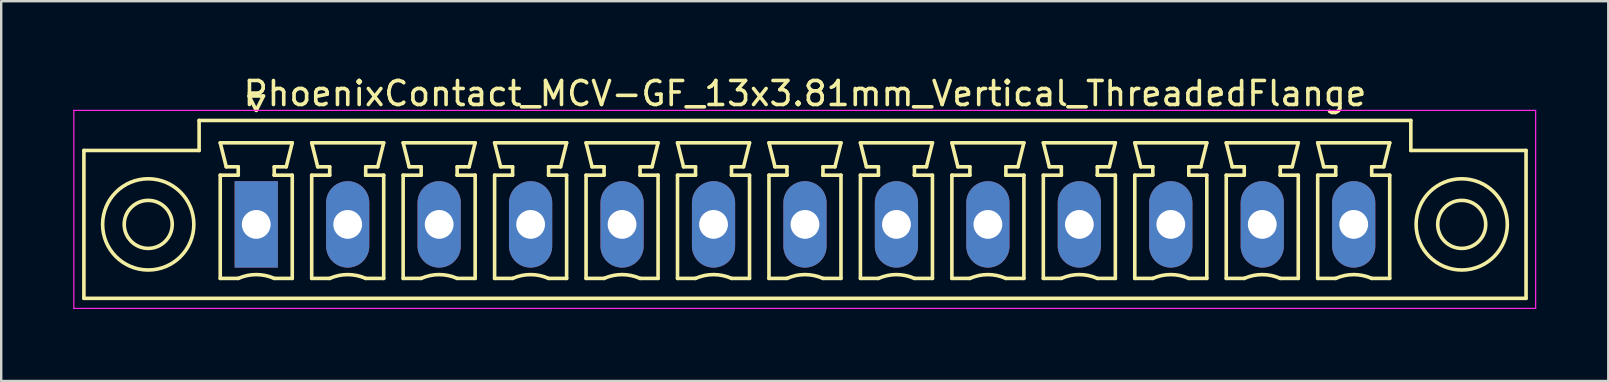
<source format=kicad_pcb>
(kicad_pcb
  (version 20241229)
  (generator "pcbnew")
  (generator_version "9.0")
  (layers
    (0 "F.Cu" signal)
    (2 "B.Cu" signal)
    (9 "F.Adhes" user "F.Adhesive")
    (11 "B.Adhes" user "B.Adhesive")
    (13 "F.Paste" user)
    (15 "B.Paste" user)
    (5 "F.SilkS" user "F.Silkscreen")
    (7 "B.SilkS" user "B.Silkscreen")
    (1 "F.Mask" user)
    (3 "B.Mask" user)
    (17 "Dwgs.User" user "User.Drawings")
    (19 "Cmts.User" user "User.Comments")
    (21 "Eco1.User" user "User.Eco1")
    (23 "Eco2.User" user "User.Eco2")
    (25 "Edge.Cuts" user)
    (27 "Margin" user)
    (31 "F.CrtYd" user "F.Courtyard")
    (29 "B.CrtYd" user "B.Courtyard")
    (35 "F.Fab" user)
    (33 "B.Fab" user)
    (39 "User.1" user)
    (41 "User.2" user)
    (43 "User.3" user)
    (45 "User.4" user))
  (footprint "PhoenixContact_MCV-GF_13x3.81mm_Vertical_ThreadedFlange"
    (layer "F.Cu")
    (at 7.625 6.298)
    (property "Reference" "PhoenixContact_MCV-GF_13x3.81mm_Vertical_ThreadedFlange" (at 22.86 -5.45 0) (layer "F.SilkS") (effects (font (size 1 1) (thickness 0.15))))
    (attr through_hole)
    (fp_line (start -7.18 -3.08) (end -7.18 3.08) (stroke (width 0.15) (type solid)) (layer "F.SilkS"))
    (fp_line (start -7.18 3.08) (end 52.9 3.08) (stroke (width 0.15) (type solid)) (layer "F.SilkS"))
    (fp_line (start -2.38 -4.33) (end -2.38 -3.08) (stroke (width 0.15) (type solid)) (layer "F.SilkS"))
    (fp_line (start -2.38 -3.08) (end -7.18 -3.08) (stroke (width 0.15) (type solid)) (layer "F.SilkS"))
    (fp_line (start -1.5 -3.4) (end 1.5 -3.4) (stroke (width 0.15) (type solid)) (layer "F.SilkS"))
    (fp_line (start -1.5 -2.05) (end -0.75 -2.05) (stroke (width 0.15) (type solid)) (layer "F.SilkS"))
    (fp_line (start -1.5 2.25) (end -1.5 -2.05) (stroke (width 0.15) (type solid)) (layer "F.SilkS"))
    (fp_line (start -1.25 -2.4) (end -1.5 -3.4) (stroke (width 0.15) (type solid)) (layer "F.SilkS"))
    (fp_line (start -0.75 -2.4) (end -1.25 -2.4) (stroke (width 0.15) (type solid)) (layer "F.SilkS"))
    (fp_line (start -0.75 -2.05) (end -0.75 -2.4) (stroke (width 0.15) (type solid)) (layer "F.SilkS"))
    (fp_line (start -0.75 2.25) (end -1.5 2.25) (stroke (width 0.15) (type solid)) (layer "F.SilkS"))
    (fp_line (start -0.3 -5.35) (end 0 -4.75) (stroke (width 0.15) (type solid)) (layer "F.SilkS"))
    (fp_line (start 0 -4.75) (end 0.3 -5.35) (stroke (width 0.15) (type solid)) (layer "F.SilkS"))
    (fp_line (start 0.3 -5.35) (end -0.3 -5.35) (stroke (width 0.15) (type solid)) (layer "F.SilkS"))
    (fp_line (start 0.75 -2.4) (end 0.75 -2.05) (stroke (width 0.15) (type solid)) (layer "F.SilkS"))
    (fp_line (start 0.75 -2.05) (end 0.75 -2.05) (stroke (width 0.15) (type solid)) (layer "F.SilkS"))
    (fp_line (start 0.75 -2.05) (end 1.5 -2.05) (stroke (width 0.15) (type solid)) (layer "F.SilkS"))
    (fp_line (start 1.25 -2.4) (end 0.75 -2.4) (stroke (width 0.15) (type solid)) (layer "F.SilkS"))
    (fp_line (start 1.5 -3.4) (end 1.25 -2.4) (stroke (width 0.15) (type solid)) (layer "F.SilkS"))
    (fp_line (start 1.5 -2.05) (end 1.5 2.25) (stroke (width 0.15) (type solid)) (layer "F.SilkS"))
    (fp_line (start 1.5 2.25) (end 0.75 2.25) (stroke (width 0.15) (type solid)) (layer "F.SilkS"))
    (fp_line (start 2.31 -3.4) (end 5.31 -3.4) (stroke (width 0.15) (type solid)) (layer "F.SilkS"))
    (fp_line (start 2.31 -2.05) (end 3.06 -2.05) (stroke (width 0.15) (type solid)) (layer "F.SilkS"))
    (fp_line (start 2.31 2.25) (end 2.31 -2.05) (stroke (width 0.15) (type solid)) (layer "F.SilkS"))
    (fp_line (start 2.56 -2.4) (end 2.31 -3.4) (stroke (width 0.15) (type solid)) (layer "F.SilkS"))
    (fp_line (start 3.06 -2.4) (end 2.56 -2.4) (stroke (width 0.15) (type solid)) (layer "F.SilkS"))
    (fp_line (start 3.06 -2.05) (end 3.06 -2.4) (stroke (width 0.15) (type solid)) (layer "F.SilkS"))
    (fp_line (start 3.06 2.25) (end 2.31 2.25) (stroke (width 0.15) (type solid)) (layer "F.SilkS"))
    (fp_line (start 4.56 -2.4) (end 4.56 -2.05) (stroke (width 0.15) (type solid)) (layer "F.SilkS"))
    (fp_line (start 4.56 -2.05) (end 4.56 -2.05) (stroke (width 0.15) (type solid)) (layer "F.SilkS"))
    (fp_line (start 4.56 -2.05) (end 5.31 -2.05) (stroke (width 0.15) (type solid)) (layer "F.SilkS"))
    (fp_line (start 5.06 -2.4) (end 4.56 -2.4) (stroke (width 0.15) (type solid)) (layer "F.SilkS"))
    (fp_line (start 5.31 -3.4) (end 5.06 -2.4) (stroke (width 0.15) (type solid)) (layer "F.SilkS"))
    (fp_line (start 5.31 -2.05) (end 5.31 2.25) (stroke (width 0.15) (type solid)) (layer "F.SilkS"))
    (fp_line (start 5.31 2.25) (end 4.56 2.25) (stroke (width 0.15) (type solid)) (layer "F.SilkS"))
    (fp_line (start 6.12 -3.4) (end 9.12 -3.4) (stroke (width 0.15) (type solid)) (layer "F.SilkS"))
    (fp_line (start 6.12 -2.05) (end 6.87 -2.05) (stroke (width 0.15) (type solid)) (layer "F.SilkS"))
    (fp_line (start 6.12 2.25) (end 6.12 -2.05) (stroke (width 0.15) (type solid)) (layer "F.SilkS"))
    (fp_line (start 6.37 -2.4) (end 6.12 -3.4) (stroke (width 0.15) (type solid)) (layer "F.SilkS"))
    (fp_line (start 6.87 -2.4) (end 6.37 -2.4) (stroke (width 0.15) (type solid)) (layer "F.SilkS"))
    (fp_line (start 6.87 -2.05) (end 6.87 -2.4) (stroke (width 0.15) (type solid)) (layer "F.SilkS"))
    (fp_line (start 6.87 2.25) (end 6.12 2.25) (stroke (width 0.15) (type solid)) (layer "F.SilkS"))
    (fp_line (start 8.37 -2.4) (end 8.37 -2.05) (stroke (width 0.15) (type solid)) (layer "F.SilkS"))
    (fp_line (start 8.37 -2.05) (end 8.37 -2.05) (stroke (width 0.15) (type solid)) (layer "F.SilkS"))
    (fp_line (start 8.37 -2.05) (end 9.12 -2.05) (stroke (width 0.15) (type solid)) (layer "F.SilkS"))
    (fp_line (start 8.87 -2.4) (end 8.37 -2.4) (stroke (width 0.15) (type solid)) (layer "F.SilkS"))
    (fp_line (start 9.12 -3.4) (end 8.87 -2.4) (stroke (width 0.15) (type solid)) (layer "F.SilkS"))
    (fp_line (start 9.12 -2.05) (end 9.12 2.25) (stroke (width 0.15) (type solid)) (layer "F.SilkS"))
    (fp_line (start 9.12 2.25) (end 8.37 2.25) (stroke (width 0.15) (type solid)) (layer "F.SilkS"))
    (fp_line (start 9.93 -3.4) (end 12.93 -3.4) (stroke (width 0.15) (type solid)) (layer "F.SilkS"))
    (fp_line (start 9.93 -2.05) (end 10.68 -2.05) (stroke (width 0.15) (type solid)) (layer "F.SilkS"))
    (fp_line (start 9.93 2.25) (end 9.93 -2.05) (stroke (width 0.15) (type solid)) (layer "F.SilkS"))
    (fp_line (start 10.18 -2.4) (end 9.93 -3.4) (stroke (width 0.15) (type solid)) (layer "F.SilkS"))
    (fp_line (start 10.68 -2.4) (end 10.18 -2.4) (stroke (width 0.15) (type solid)) (layer "F.SilkS"))
    (fp_line (start 10.68 -2.05) (end 10.68 -2.4) (stroke (width 0.15) (type solid)) (layer "F.SilkS"))
    (fp_line (start 10.68 2.25) (end 9.93 2.25) (stroke (width 0.15) (type solid)) (layer "F.SilkS"))
    (fp_line (start 12.18 -2.4) (end 12.18 -2.05) (stroke (width 0.15) (type solid)) (layer "F.SilkS"))
    (fp_line (start 12.18 -2.05) (end 12.18 -2.05) (stroke (width 0.15) (type solid)) (layer "F.SilkS"))
    (fp_line (start 12.18 -2.05) (end 12.93 -2.05) (stroke (width 0.15) (type solid)) (layer "F.SilkS"))
    (fp_line (start 12.68 -2.4) (end 12.18 -2.4) (stroke (width 0.15) (type solid)) (layer "F.SilkS"))
    (fp_line (start 12.93 -3.4) (end 12.68 -2.4) (stroke (width 0.15) (type solid)) (layer "F.SilkS"))
    (fp_line (start 12.93 -2.05) (end 12.93 2.25) (stroke (width 0.15) (type solid)) (layer "F.SilkS"))
    (fp_line (start 12.93 2.25) (end 12.18 2.25) (stroke (width 0.15) (type solid)) (layer "F.SilkS"))
    (fp_line (start 13.74 -3.4) (end 16.74 -3.4) (stroke (width 0.15) (type solid)) (layer "F.SilkS"))
    (fp_line (start 13.74 -2.05) (end 14.49 -2.05) (stroke (width 0.15) (type solid)) (layer "F.SilkS"))
    (fp_line (start 13.74 2.25) (end 13.74 -2.05) (stroke (width 0.15) (type solid)) (layer "F.SilkS"))
    (fp_line (start 13.99 -2.4) (end 13.74 -3.4) (stroke (width 0.15) (type solid)) (layer "F.SilkS"))
    (fp_line (start 14.49 -2.4) (end 13.99 -2.4) (stroke (width 0.15) (type solid)) (layer "F.SilkS"))
    (fp_line (start 14.49 -2.05) (end 14.49 -2.4) (stroke (width 0.15) (type solid)) (layer "F.SilkS"))
    (fp_line (start 14.49 2.25) (end 13.74 2.25) (stroke (width 0.15) (type solid)) (layer "F.SilkS"))
    (fp_line (start 15.99 -2.4) (end 15.99 -2.05) (stroke (width 0.15) (type solid)) (layer "F.SilkS"))
    (fp_line (start 15.99 -2.05) (end 15.99 -2.05) (stroke (width 0.15) (type solid)) (layer "F.SilkS"))
    (fp_line (start 15.99 -2.05) (end 16.74 -2.05) (stroke (width 0.15) (type solid)) (layer "F.SilkS"))
    (fp_line (start 16.49 -2.4) (end 15.99 -2.4) (stroke (width 0.15) (type solid)) (layer "F.SilkS"))
    (fp_line (start 16.74 -3.4) (end 16.49 -2.4) (stroke (width 0.15) (type solid)) (layer "F.SilkS"))
    (fp_line (start 16.74 -2.05) (end 16.74 2.25) (stroke (width 0.15) (type solid)) (layer "F.SilkS"))
    (fp_line (start 16.74 2.25) (end 15.99 2.25) (stroke (width 0.15) (type solid)) (layer "F.SilkS"))
    (fp_line (start 17.55 -3.4) (end 20.55 -3.4) (stroke (width 0.15) (type solid)) (layer "F.SilkS"))
    (fp_line (start 17.55 -2.05) (end 18.3 -2.05) (stroke (width 0.15) (type solid)) (layer "F.SilkS"))
    (fp_line (start 17.55 2.25) (end 17.55 -2.05) (stroke (width 0.15) (type solid)) (layer "F.SilkS"))
    (fp_line (start 17.8 -2.4) (end 17.55 -3.4) (stroke (width 0.15) (type solid)) (layer "F.SilkS"))
    (fp_line (start 18.3 -2.4) (end 17.8 -2.4) (stroke (width 0.15) (type solid)) (layer "F.SilkS"))
    (fp_line (start 18.3 -2.05) (end 18.3 -2.4) (stroke (width 0.15) (type solid)) (layer "F.SilkS"))
    (fp_line (start 18.3 2.25) (end 17.55 2.25) (stroke (width 0.15) (type solid)) (layer "F.SilkS"))
    (fp_line (start 19.8 -2.4) (end 19.8 -2.05) (stroke (width 0.15) (type solid)) (layer "F.SilkS"))
    (fp_line (start 19.8 -2.05) (end 19.8 -2.05) (stroke (width 0.15) (type solid)) (layer "F.SilkS"))
    (fp_line (start 19.8 -2.05) (end 20.55 -2.05) (stroke (width 0.15) (type solid)) (layer "F.SilkS"))
    (fp_line (start 20.3 -2.4) (end 19.8 -2.4) (stroke (width 0.15) (type solid)) (layer "F.SilkS"))
    (fp_line (start 20.55 -3.4) (end 20.3 -2.4) (stroke (width 0.15) (type solid)) (layer "F.SilkS"))
    (fp_line (start 20.55 -2.05) (end 20.55 2.25) (stroke (width 0.15) (type solid)) (layer "F.SilkS"))
    (fp_line (start 20.55 2.25) (end 19.8 2.25) (stroke (width 0.15) (type solid)) (layer "F.SilkS"))
    (fp_line (start 21.36 -3.4) (end 24.36 -3.4) (stroke (width 0.15) (type solid)) (layer "F.SilkS"))
    (fp_line (start 21.36 -2.05) (end 22.11 -2.05) (stroke (width 0.15) (type solid)) (layer "F.SilkS"))
    (fp_line (start 21.36 2.25) (end 21.36 -2.05) (stroke (width 0.15) (type solid)) (layer "F.SilkS"))
    (fp_line (start 21.61 -2.4) (end 21.36 -3.4) (stroke (width 0.15) (type solid)) (layer "F.SilkS"))
    (fp_line (start 22.11 -2.4) (end 21.61 -2.4) (stroke (width 0.15) (type solid)) (layer "F.SilkS"))
    (fp_line (start 22.11 -2.05) (end 22.11 -2.4) (stroke (width 0.15) (type solid)) (layer "F.SilkS"))
    (fp_line (start 22.11 2.25) (end 21.36 2.25) (stroke (width 0.15) (type solid)) (layer "F.SilkS"))
    (fp_line (start 23.61 -2.4) (end 23.61 -2.05) (stroke (width 0.15) (type solid)) (layer "F.SilkS"))
    (fp_line (start 23.61 -2.05) (end 23.61 -2.05) (stroke (width 0.15) (type solid)) (layer "F.SilkS"))
    (fp_line (start 23.61 -2.05) (end 24.36 -2.05) (stroke (width 0.15) (type solid)) (layer "F.SilkS"))
    (fp_line (start 24.11 -2.4) (end 23.61 -2.4) (stroke (width 0.15) (type solid)) (layer "F.SilkS"))
    (fp_line (start 24.36 -3.4) (end 24.11 -2.4) (stroke (width 0.15) (type solid)) (layer "F.SilkS"))
    (fp_line (start 24.36 -2.05) (end 24.36 2.25) (stroke (width 0.15) (type solid)) (layer "F.SilkS"))
    (fp_line (start 24.36 2.25) (end 23.61 2.25) (stroke (width 0.15) (type solid)) (layer "F.SilkS"))
    (fp_line (start 25.17 -3.4) (end 28.17 -3.4) (stroke (width 0.15) (type solid)) (layer "F.SilkS"))
    (fp_line (start 25.17 -2.05) (end 25.92 -2.05) (stroke (width 0.15) (type solid)) (layer "F.SilkS"))
    (fp_line (start 25.17 2.25) (end 25.17 -2.05) (stroke (width 0.15) (type solid)) (layer "F.SilkS"))
    (fp_line (start 25.42 -2.4) (end 25.17 -3.4) (stroke (width 0.15) (type solid)) (layer "F.SilkS"))
    (fp_line (start 25.92 -2.4) (end 25.42 -2.4) (stroke (width 0.15) (type solid)) (layer "F.SilkS"))
    (fp_line (start 25.92 -2.05) (end 25.92 -2.4) (stroke (width 0.15) (type solid)) (layer "F.SilkS"))
    (fp_line (start 25.92 2.25) (end 25.17 2.25) (stroke (width 0.15) (type solid)) (layer "F.SilkS"))
    (fp_line (start 27.42 -2.4) (end 27.42 -2.05) (stroke (width 0.15) (type solid)) (layer "F.SilkS"))
    (fp_line (start 27.42 -2.05) (end 27.42 -2.05) (stroke (width 0.15) (type solid)) (layer "F.SilkS"))
    (fp_line (start 27.42 -2.05) (end 28.17 -2.05) (stroke (width 0.15) (type solid)) (layer "F.SilkS"))
    (fp_line (start 27.92 -2.4) (end 27.42 -2.4) (stroke (width 0.15) (type solid)) (layer "F.SilkS"))
    (fp_line (start 28.17 -3.4) (end 27.92 -2.4) (stroke (width 0.15) (type solid)) (layer "F.SilkS"))
    (fp_line (start 28.17 -2.05) (end 28.17 2.25) (stroke (width 0.15) (type solid)) (layer "F.SilkS"))
    (fp_line (start 28.17 2.25) (end 27.42 2.25) (stroke (width 0.15) (type solid)) (layer "F.SilkS"))
    (fp_line (start 28.98 -3.4) (end 31.98 -3.4) (stroke (width 0.15) (type solid)) (layer "F.SilkS"))
    (fp_line (start 28.98 -2.05) (end 29.73 -2.05) (stroke (width 0.15) (type solid)) (layer "F.SilkS"))
    (fp_line (start 28.98 2.25) (end 28.98 -2.05) (stroke (width 0.15) (type solid)) (layer "F.SilkS"))
    (fp_line (start 29.23 -2.4) (end 28.98 -3.4) (stroke (width 0.15) (type solid)) (layer "F.SilkS"))
    (fp_line (start 29.73 -2.4) (end 29.23 -2.4) (stroke (width 0.15) (type solid)) (layer "F.SilkS"))
    (fp_line (start 29.73 -2.05) (end 29.73 -2.4) (stroke (width 0.15) (type solid)) (layer "F.SilkS"))
    (fp_line (start 29.73 2.25) (end 28.98 2.25) (stroke (width 0.15) (type solid)) (layer "F.SilkS"))
    (fp_line (start 31.23 -2.4) (end 31.23 -2.05) (stroke (width 0.15) (type solid)) (layer "F.SilkS"))
    (fp_line (start 31.23 -2.05) (end 31.23 -2.05) (stroke (width 0.15) (type solid)) (layer "F.SilkS"))
    (fp_line (start 31.23 -2.05) (end 31.98 -2.05) (stroke (width 0.15) (type solid)) (layer "F.SilkS"))
    (fp_line (start 31.73 -2.4) (end 31.23 -2.4) (stroke (width 0.15) (type solid)) (layer "F.SilkS"))
    (fp_line (start 31.98 -3.4) (end 31.73 -2.4) (stroke (width 0.15) (type solid)) (layer "F.SilkS"))
    (fp_line (start 31.98 -2.05) (end 31.98 2.25) (stroke (width 0.15) (type solid)) (layer "F.SilkS"))
    (fp_line (start 31.98 2.25) (end 31.23 2.25) (stroke (width 0.15) (type solid)) (layer "F.SilkS"))
    (fp_line (start 32.79 -3.4) (end 35.79 -3.4) (stroke (width 0.15) (type solid)) (layer "F.SilkS"))
    (fp_line (start 32.79 -2.05) (end 33.54 -2.05) (stroke (width 0.15) (type solid)) (layer "F.SilkS"))
    (fp_line (start 32.79 2.25) (end 32.79 -2.05) (stroke (width 0.15) (type solid)) (layer "F.SilkS"))
    (fp_line (start 33.04 -2.4) (end 32.79 -3.4) (stroke (width 0.15) (type solid)) (layer "F.SilkS"))
    (fp_line (start 33.54 -2.4) (end 33.04 -2.4) (stroke (width 0.15) (type solid)) (layer "F.SilkS"))
    (fp_line (start 33.54 -2.05) (end 33.54 -2.4) (stroke (width 0.15) (type solid)) (layer "F.SilkS"))
    (fp_line (start 33.54 2.25) (end 32.79 2.25) (stroke (width 0.15) (type solid)) (layer "F.SilkS"))
    (fp_line (start 35.04 -2.4) (end 35.04 -2.05) (stroke (width 0.15) (type solid)) (layer "F.SilkS"))
    (fp_line (start 35.04 -2.05) (end 35.04 -2.05) (stroke (width 0.15) (type solid)) (layer "F.SilkS"))
    (fp_line (start 35.04 -2.05) (end 35.79 -2.05) (stroke (width 0.15) (type solid)) (layer "F.SilkS"))
    (fp_line (start 35.54 -2.4) (end 35.04 -2.4) (stroke (width 0.15) (type solid)) (layer "F.SilkS"))
    (fp_line (start 35.79 -3.4) (end 35.54 -2.4) (stroke (width 0.15) (type solid)) (layer "F.SilkS"))
    (fp_line (start 35.79 -2.05) (end 35.79 2.25) (stroke (width 0.15) (type solid)) (layer "F.SilkS"))
    (fp_line (start 35.79 2.25) (end 35.04 2.25) (stroke (width 0.15) (type solid)) (layer "F.SilkS"))
    (fp_line (start 36.6 -3.4) (end 39.6 -3.4) (stroke (width 0.15) (type solid)) (layer "F.SilkS"))
    (fp_line (start 36.6 -2.05) (end 37.35 -2.05) (stroke (width 0.15) (type solid)) (layer "F.SilkS"))
    (fp_line (start 36.6 2.25) (end 36.6 -2.05) (stroke (width 0.15) (type solid)) (layer "F.SilkS"))
    (fp_line (start 36.85 -2.4) (end 36.6 -3.4) (stroke (width 0.15) (type solid)) (layer "F.SilkS"))
    (fp_line (start 37.35 -2.4) (end 36.85 -2.4) (stroke (width 0.15) (type solid)) (layer "F.SilkS"))
    (fp_line (start 37.35 -2.05) (end 37.35 -2.4) (stroke (width 0.15) (type solid)) (layer "F.SilkS"))
    (fp_line (start 37.35 2.25) (end 36.6 2.25) (stroke (width 0.15) (type solid)) (layer "F.SilkS"))
    (fp_line (start 38.85 -2.4) (end 38.85 -2.05) (stroke (width 0.15) (type solid)) (layer "F.SilkS"))
    (fp_line (start 38.85 -2.05) (end 38.85 -2.05) (stroke (width 0.15) (type solid)) (layer "F.SilkS"))
    (fp_line (start 38.85 -2.05) (end 39.6 -2.05) (stroke (width 0.15) (type solid)) (layer "F.SilkS"))
    (fp_line (start 39.35 -2.4) (end 38.85 -2.4) (stroke (width 0.15) (type solid)) (layer "F.SilkS"))
    (fp_line (start 39.6 -3.4) (end 39.35 -2.4) (stroke (width 0.15) (type solid)) (layer "F.SilkS"))
    (fp_line (start 39.6 -2.05) (end 39.6 2.25) (stroke (width 0.15) (type solid)) (layer "F.SilkS"))
    (fp_line (start 39.6 2.25) (end 38.85 2.25) (stroke (width 0.15) (type solid)) (layer "F.SilkS"))
    (fp_line (start 40.41 -3.4) (end 43.41 -3.4) (stroke (width 0.15) (type solid)) (layer "F.SilkS"))
    (fp_line (start 40.41 -2.05) (end 41.16 -2.05) (stroke (width 0.15) (type solid)) (layer "F.SilkS"))
    (fp_line (start 40.41 2.25) (end 40.41 -2.05) (stroke (width 0.15) (type solid)) (layer "F.SilkS"))
    (fp_line (start 40.66 -2.4) (end 40.41 -3.4) (stroke (width 0.15) (type solid)) (layer "F.SilkS"))
    (fp_line (start 41.16 -2.4) (end 40.66 -2.4) (stroke (width 0.15) (type solid)) (layer "F.SilkS"))
    (fp_line (start 41.16 -2.05) (end 41.16 -2.4) (stroke (width 0.15) (type solid)) (layer "F.SilkS"))
    (fp_line (start 41.16 2.25) (end 40.41 2.25) (stroke (width 0.15) (type solid)) (layer "F.SilkS"))
    (fp_line (start 42.66 -2.4) (end 42.66 -2.05) (stroke (width 0.15) (type solid)) (layer "F.SilkS"))
    (fp_line (start 42.66 -2.05) (end 42.66 -2.05) (stroke (width 0.15) (type solid)) (layer "F.SilkS"))
    (fp_line (start 42.66 -2.05) (end 43.41 -2.05) (stroke (width 0.15) (type solid)) (layer "F.SilkS"))
    (fp_line (start 43.16 -2.4) (end 42.66 -2.4) (stroke (width 0.15) (type solid)) (layer "F.SilkS"))
    (fp_line (start 43.41 -3.4) (end 43.16 -2.4) (stroke (width 0.15) (type solid)) (layer "F.SilkS"))
    (fp_line (start 43.41 -2.05) (end 43.41 2.25) (stroke (width 0.15) (type solid)) (layer "F.SilkS"))
    (fp_line (start 43.41 2.25) (end 42.66 2.25) (stroke (width 0.15) (type solid)) (layer "F.SilkS"))
    (fp_line (start 44.22 -3.4) (end 47.22 -3.4) (stroke (width 0.15) (type solid)) (layer "F.SilkS"))
    (fp_line (start 44.22 -2.05) (end 44.97 -2.05) (stroke (width 0.15) (type solid)) (layer "F.SilkS"))
    (fp_line (start 44.22 2.25) (end 44.22 -2.05) (stroke (width 0.15) (type solid)) (layer "F.SilkS"))
    (fp_line (start 44.47 -2.4) (end 44.22 -3.4) (stroke (width 0.15) (type solid)) (layer "F.SilkS"))
    (fp_line (start 44.97 -2.4) (end 44.47 -2.4) (stroke (width 0.15) (type solid)) (layer "F.SilkS"))
    (fp_line (start 44.97 -2.05) (end 44.97 -2.4) (stroke (width 0.15) (type solid)) (layer "F.SilkS"))
    (fp_line (start 44.97 2.25) (end 44.22 2.25) (stroke (width 0.15) (type solid)) (layer "F.SilkS"))
    (fp_line (start 46.47 -2.4) (end 46.47 -2.05) (stroke (width 0.15) (type solid)) (layer "F.SilkS"))
    (fp_line (start 46.47 -2.05) (end 46.47 -2.05) (stroke (width 0.15) (type solid)) (layer "F.SilkS"))
    (fp_line (start 46.47 -2.05) (end 47.22 -2.05) (stroke (width 0.15) (type solid)) (layer "F.SilkS"))
    (fp_line (start 46.97 -2.4) (end 46.47 -2.4) (stroke (width 0.15) (type solid)) (layer "F.SilkS"))
    (fp_line (start 47.22 -3.4) (end 46.97 -2.4) (stroke (width 0.15) (type solid)) (layer "F.SilkS"))
    (fp_line (start 47.22 -2.05) (end 47.22 2.25) (stroke (width 0.15) (type solid)) (layer "F.SilkS"))
    (fp_line (start 47.22 2.25) (end 46.47 2.25) (stroke (width 0.15) (type solid)) (layer "F.SilkS"))
    (fp_line (start 48.1 -4.33) (end -2.38 -4.33) (stroke (width 0.15) (type solid)) (layer "F.SilkS"))
    (fp_line (start 48.1 -3.08) (end 48.1 -4.33) (stroke (width 0.15) (type solid)) (layer "F.SilkS"))
    (fp_line (start 52.9 -3.08) (end 48.1 -3.08) (stroke (width 0.15) (type solid)) (layer "F.SilkS"))
    (fp_line (start 52.9 3.08) (end 52.9 -3.08) (stroke (width 0.15) (type solid)) (layer "F.SilkS"))
    (fp_arc (start -0.75 2.25) (mid -0.000193 2.09191) (end 0.749647 2.249844) (stroke (width 0.15) (type solid)) (layer "F.SilkS"))
    (fp_arc (start 3.06 2.25) (mid 3.809807 2.09191) (end 4.559647 2.249844) (stroke (width 0.15) (type solid)) (layer "F.SilkS"))
    (fp_arc (start 6.87 2.25) (mid 7.619807 2.09191) (end 8.369647 2.249844) (stroke (width 0.15) (type solid)) (layer "F.SilkS"))
    (fp_arc (start 10.68 2.25) (mid 11.429807 2.09191) (end 12.179647 2.249844) (stroke (width 0.15) (type solid)) (layer "F.SilkS"))
    (fp_arc (start 14.49 2.25) (mid 15.239807 2.09191) (end 15.989647 2.249844) (stroke (width 0.15) (type solid)) (layer "F.SilkS"))
    (fp_arc (start 18.3 2.25) (mid 19.049807 2.09191) (end 19.799647 2.249844) (stroke (width 0.15) (type solid)) (layer "F.SilkS"))
    (fp_arc (start 22.11 2.25) (mid 22.859807 2.09191) (end 23.609647 2.249844) (stroke (width 0.15) (type solid)) (layer "F.SilkS"))
    (fp_arc (start 25.92 2.25) (mid 26.669807 2.09191) (end 27.419647 2.249844) (stroke (width 0.15) (type solid)) (layer "F.SilkS"))
    (fp_arc (start 29.73 2.25) (mid 30.479807 2.09191) (end 31.229647 2.249844) (stroke (width 0.15) (type solid)) (layer "F.SilkS"))
    (fp_arc (start 33.54 2.25) (mid 34.289807 2.09191) (end 35.039647 2.249844) (stroke (width 0.15) (type solid)) (layer "F.SilkS"))
    (fp_arc (start 37.35 2.25) (mid 38.099807 2.09191) (end 38.849647 2.249844) (stroke (width 0.15) (type solid)) (layer "F.SilkS"))
    (fp_arc (start 41.16 2.25) (mid 41.909807 2.09191) (end 42.659647 2.249844) (stroke (width 0.15) (type solid)) (layer "F.SilkS"))
    (fp_arc (start 44.97 2.25) (mid 45.719807 2.09191) (end 46.469647 2.249844) (stroke (width 0.15) (type solid)) (layer "F.SilkS"))
    (fp_circle (center -4.5 0) (end -3.5 0) (stroke (width 0.15) (type solid)) (fill no) (layer "F.SilkS"))
    (fp_circle (center -4.5 0) (end -2.6 0) (stroke (width 0.15) (type solid)) (fill no) (layer "F.SilkS"))
    (fp_circle (center 50.22 0) (end 51.22 0) (stroke (width 0.15) (type solid)) (fill no) (layer "F.SilkS"))
    (fp_circle (center 50.22 0) (end 52.12 0) (stroke (width 0.15) (type solid)) (fill no) (layer "F.SilkS"))
    (fp_line (start -7.6 -4.75) (end -7.6 3.5) (stroke (width 0.05) (type solid)) (layer "F.CrtYd"))
    (fp_line (start -7.6 3.5) (end 53.3 3.5) (stroke (width 0.05) (type solid)) (layer "F.CrtYd"))
    (fp_line (start 53.3 -4.75) (end -7.6 -4.75) (stroke (width 0.05) (type solid)) (layer "F.CrtYd"))
    (fp_line (start 53.3 3.5) (end 53.3 -4.75) (stroke (width 0.05) (type solid)) (layer "F.CrtYd"))
    (pad "1" thru_hole rect (at 0 0) (size 1.8 3.6) (drill 1.2) (layers "*.Cu" "*.Mask"))
    (pad "2" thru_hole oval (at 3.81 0) (size 1.8 3.6) (drill 1.2) (layers "*.Cu" "*.Mask"))
    (pad "3" thru_hole oval (at 7.62 0) (size 1.8 3.6) (drill 1.2) (layers "*.Cu" "*.Mask"))
    (pad "4" thru_hole oval (at 11.43 0) (size 1.8 3.6) (drill 1.2) (layers "*.Cu" "*.Mask"))
    (pad "5" thru_hole oval (at 15.24 0) (size 1.8 3.6) (drill 1.2) (layers "*.Cu" "*.Mask"))
    (pad "6" thru_hole oval (at 19.05 0) (size 1.8 3.6) (drill 1.2) (layers "*.Cu" "*.Mask"))
    (pad "7" thru_hole oval (at 22.86 0) (size 1.8 3.6) (drill 1.2) (layers "*.Cu" "*.Mask"))
    (pad "8" thru_hole oval (at 26.67 0) (size 1.8 3.6) (drill 1.2) (layers "*.Cu" "*.Mask"))
    (pad "9" thru_hole oval (at 30.48 0) (size 1.8 3.6) (drill 1.2) (layers "*.Cu" "*.Mask"))
    (pad "10" thru_hole oval (at 34.29 0) (size 1.8 3.6) (drill 1.2) (layers "*.Cu" "*.Mask"))
    (pad "11" thru_hole oval (at 38.1 0) (size 1.8 3.6) (drill 1.2) (layers "*.Cu" "*.Mask"))
    (pad "12" thru_hole oval (at 41.91 0) (size 1.8 3.6) (drill 1.2) (layers "*.Cu" "*.Mask"))
    (pad "13" thru_hole oval (at 45.72 0) (size 1.8 3.6) (drill 1.2) (layers "*.Cu" "*.Mask")))
  (gr_rect
    (start -3 -3)
    (end 63.95 12.823)
    (stroke (width 0.1) (type default))
    (fill no)
    (layer "Edge.Cuts")))
</source>
